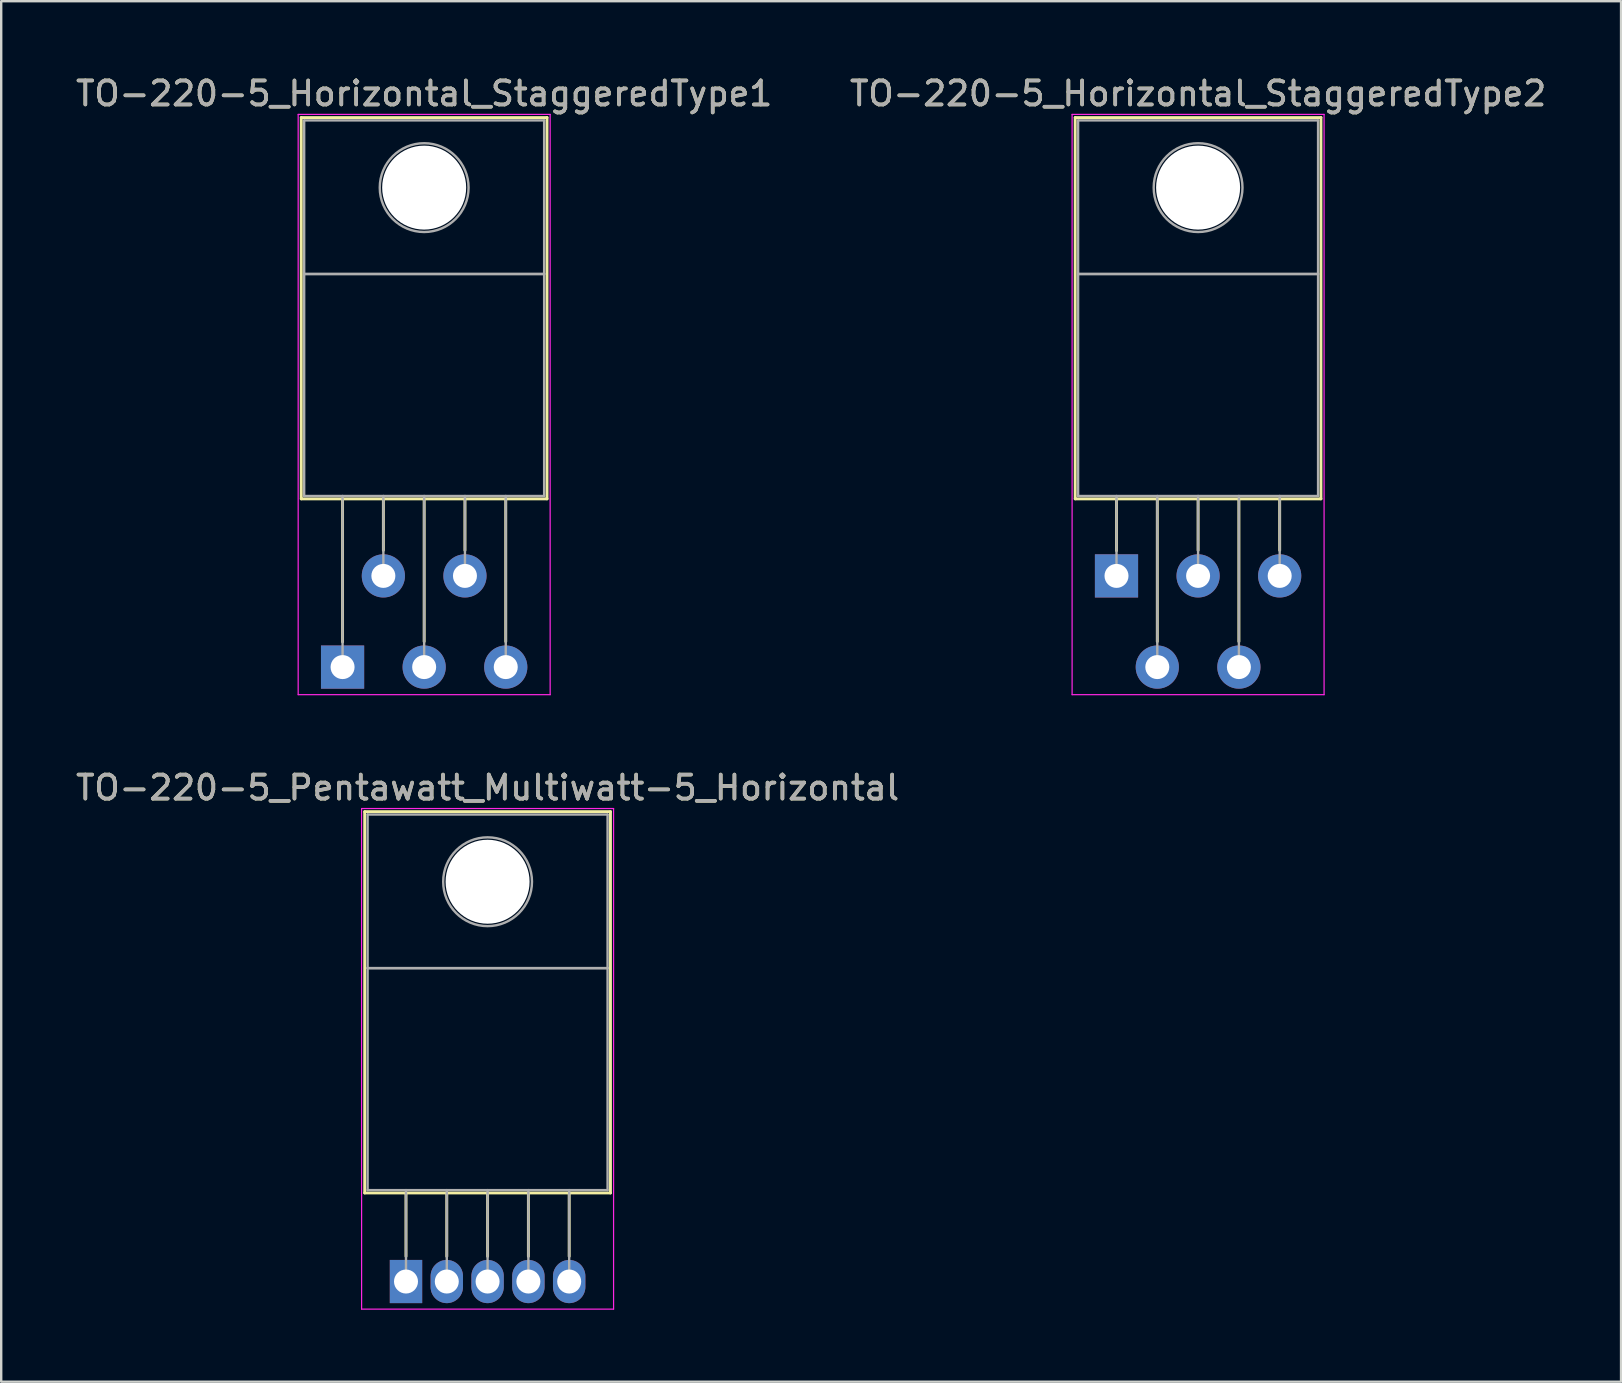
<source format=kicad_pcb>
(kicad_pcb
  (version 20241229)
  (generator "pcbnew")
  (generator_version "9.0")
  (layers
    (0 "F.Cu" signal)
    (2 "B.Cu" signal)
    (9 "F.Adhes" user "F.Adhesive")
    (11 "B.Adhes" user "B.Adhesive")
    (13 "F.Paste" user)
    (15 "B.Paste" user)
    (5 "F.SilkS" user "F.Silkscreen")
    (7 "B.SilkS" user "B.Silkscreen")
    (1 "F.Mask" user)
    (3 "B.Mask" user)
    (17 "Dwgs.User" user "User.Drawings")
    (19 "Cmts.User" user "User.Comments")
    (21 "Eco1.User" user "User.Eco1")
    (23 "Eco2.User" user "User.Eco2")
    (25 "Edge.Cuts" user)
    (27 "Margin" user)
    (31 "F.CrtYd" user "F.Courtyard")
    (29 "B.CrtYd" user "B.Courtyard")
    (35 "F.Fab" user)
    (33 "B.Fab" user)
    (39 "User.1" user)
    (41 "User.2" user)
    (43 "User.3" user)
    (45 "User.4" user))
  (footprint "TO-220-5_Pentawatt_Multiwatt-5_Horizontal"
    (layer "F.Cu")
    (at 13.868 50.352)
    (property "Reference" "TO-220-5_Pentawatt_Multiwatt-5_Horizontal" (at 3.4 -20.58 0) (layer "F.SilkS") (effects (font (size 1 1) (thickness 0.15))))
    (attr through_hole)
    (fp_line (start -1.721 -19.58) (end -1.721 -3.69) (stroke (width 0.12) (type solid)) (layer "F.SilkS"))
    (fp_line (start -1.721 -19.58) (end 8.52 -19.58) (stroke (width 0.12) (type solid)) (layer "F.SilkS"))
    (fp_line (start -1.721 -3.69) (end 8.52 -3.69) (stroke (width 0.12) (type solid)) (layer "F.SilkS"))
    (fp_line (start 0 -3.69) (end 0 -1.05) (stroke (width 0.12) (type solid)) (layer "F.SilkS"))
    (fp_line (start 1.7 -3.69) (end 1.7 -1.05) (stroke (width 0.12) (type solid)) (layer "F.SilkS"))
    (fp_line (start 3.4 -3.69) (end 3.4 -1.05) (stroke (width 0.12) (type solid)) (layer "F.SilkS"))
    (fp_line (start 5.1 -3.69) (end 5.1 -1.05) (stroke (width 0.12) (type solid)) (layer "F.SilkS"))
    (fp_line (start 6.8 -3.69) (end 6.8 -1.05) (stroke (width 0.12) (type solid)) (layer "F.SilkS"))
    (fp_line (start 8.52 -19.58) (end 8.52 -3.69) (stroke (width 0.12) (type solid)) (layer "F.SilkS"))
    (fp_line (start -1.85 -19.71) (end -1.85 1.15) (stroke (width 0.05) (type solid)) (layer "F.CrtYd"))
    (fp_line (start -1.85 1.15) (end 8.65 1.15) (stroke (width 0.05) (type solid)) (layer "F.CrtYd"))
    (fp_line (start 8.65 -19.71) (end -1.85 -19.71) (stroke (width 0.05) (type solid)) (layer "F.CrtYd"))
    (fp_line (start 8.65 1.15) (end 8.65 -19.71) (stroke (width 0.05) (type solid)) (layer "F.CrtYd"))
    (fp_line (start -1.6 -19.46) (end 8.4 -19.46) (stroke (width 0.1) (type solid)) (layer "F.Fab"))
    (fp_line (start -1.6 -13.06) (end -1.6 -19.46) (stroke (width 0.1) (type solid)) (layer "F.Fab"))
    (fp_line (start -1.6 -13.06) (end 8.4 -13.06) (stroke (width 0.1) (type solid)) (layer "F.Fab"))
    (fp_line (start -1.6 -3.81) (end -1.6 -13.06) (stroke (width 0.1) (type solid)) (layer "F.Fab"))
    (fp_line (start 0 -3.81) (end 0 0) (stroke (width 0.1) (type solid)) (layer "F.Fab"))
    (fp_line (start 1.7 -3.81) (end 1.7 0) (stroke (width 0.1) (type solid)) (layer "F.Fab"))
    (fp_line (start 3.4 -3.81) (end 3.4 0) (stroke (width 0.1) (type solid)) (layer "F.Fab"))
    (fp_line (start 5.1 -3.81) (end 5.1 0) (stroke (width 0.1) (type solid)) (layer "F.Fab"))
    (fp_line (start 6.8 -3.81) (end 6.8 0) (stroke (width 0.1) (type solid)) (layer "F.Fab"))
    (fp_line (start 8.4 -19.46) (end 8.4 -13.06) (stroke (width 0.1) (type solid)) (layer "F.Fab"))
    (fp_line (start 8.4 -13.06) (end -1.6 -13.06) (stroke (width 0.1) (type solid)) (layer "F.Fab"))
    (fp_line (start 8.4 -13.06) (end 8.4 -3.81) (stroke (width 0.1) (type solid)) (layer "F.Fab"))
    (fp_line (start 8.4 -3.81) (end -1.6 -3.81) (stroke (width 0.1) (type solid)) (layer "F.Fab"))
    (fp_circle (center 3.4 -16.66) (end 5.25 -16.66) (stroke (width 0.1) (type solid)) (fill no) (layer "F.Fab"))
    (fp_text user "${REFERENCE}" (at 3.4 -20.58 0) (layer "F.Fab") (effects (font (size 1 1) (thickness 0.15))))
    (pad "" np_thru_hole oval (at 3.4 -16.66) (size 3.5 3.5) (drill 3.5) (layers "*.Cu" "*.Mask"))
    (pad "1" thru_hole rect (at 0 0) (size 1.35 1.8) (drill 1) (layers "*.Cu" "*.Mask"))
    (pad "2" thru_hole oval (at 1.7 0) (size 1.35 1.8) (drill 1) (layers "*.Cu" "*.Mask"))
    (pad "3" thru_hole oval (at 3.4 0) (size 1.35 1.8) (drill 1) (layers "*.Cu" "*.Mask"))
    (pad "4" thru_hole oval (at 5.1 0) (size 1.35 1.8) (drill 1) (layers "*.Cu" "*.Mask"))
    (pad "5" thru_hole oval (at 6.8 0) (size 1.35 1.8) (drill 1) (layers "*.Cu" "*.Mask")))
  (footprint "TO-220-5_Horizontal_StaggeredType1"
    (layer "F.Cu")
    (at 11.225 24.748)
    (property "Reference" "TO-220-5_Horizontal_StaggeredType1" (at 3.4 -23.9 0) (layer "F.SilkS") (effects (font (size 1 1) (thickness 0.15))))
    (attr through_hole)
    (fp_line (start -1.721 -22.9) (end -1.721 -7.01) (stroke (width 0.12) (type solid)) (layer "F.SilkS"))
    (fp_line (start -1.721 -22.9) (end 8.52 -22.9) (stroke (width 0.12) (type solid)) (layer "F.SilkS"))
    (fp_line (start -1.721 -7.01) (end 8.52 -7.01) (stroke (width 0.12) (type solid)) (layer "F.SilkS"))
    (fp_line (start 0 -7.01) (end 0 -1.05) (stroke (width 0.12) (type solid)) (layer "F.SilkS"))
    (fp_line (start 1.7 -7.01) (end 1.7 -4.866) (stroke (width 0.12) (type solid)) (layer "F.SilkS"))
    (fp_line (start 3.4 -7.01) (end 3.4 -1.065) (stroke (width 0.12) (type solid)) (layer "F.SilkS"))
    (fp_line (start 5.1 -7.01) (end 5.1 -4.866) (stroke (width 0.12) (type solid)) (layer "F.SilkS"))
    (fp_line (start 6.8 -7.01) (end 6.8 -1.065) (stroke (width 0.12) (type solid)) (layer "F.SilkS"))
    (fp_line (start 8.52 -22.9) (end 8.52 -7.01) (stroke (width 0.12) (type solid)) (layer "F.SilkS"))
    (fp_line (start -1.85 -23.03) (end -1.85 1.15) (stroke (width 0.05) (type solid)) (layer "F.CrtYd"))
    (fp_line (start -1.85 1.15) (end 8.65 1.15) (stroke (width 0.05) (type solid)) (layer "F.CrtYd"))
    (fp_line (start 8.65 -23.03) (end -1.85 -23.03) (stroke (width 0.05) (type solid)) (layer "F.CrtYd"))
    (fp_line (start 8.65 1.15) (end 8.65 -23.03) (stroke (width 0.05) (type solid)) (layer "F.CrtYd"))
    (fp_line (start -1.6 -22.78) (end 8.4 -22.78) (stroke (width 0.1) (type solid)) (layer "F.Fab"))
    (fp_line (start -1.6 -16.38) (end -1.6 -22.78) (stroke (width 0.1) (type solid)) (layer "F.Fab"))
    (fp_line (start -1.6 -16.38) (end 8.4 -16.38) (stroke (width 0.1) (type solid)) (layer "F.Fab"))
    (fp_line (start -1.6 -7.13) (end -1.6 -16.38) (stroke (width 0.1) (type solid)) (layer "F.Fab"))
    (fp_line (start 0 -7.13) (end 0 0) (stroke (width 0.1) (type solid)) (layer "F.Fab"))
    (fp_line (start 1.7 -7.13) (end 1.7 -3.8) (stroke (width 0.1) (type solid)) (layer "F.Fab"))
    (fp_line (start 3.4 -7.13) (end 3.4 0) (stroke (width 0.1) (type solid)) (layer "F.Fab"))
    (fp_line (start 5.1 -7.13) (end 5.1 -3.8) (stroke (width 0.1) (type solid)) (layer "F.Fab"))
    (fp_line (start 6.8 -7.13) (end 6.8 0) (stroke (width 0.1) (type solid)) (layer "F.Fab"))
    (fp_line (start 8.4 -22.78) (end 8.4 -16.38) (stroke (width 0.1) (type solid)) (layer "F.Fab"))
    (fp_line (start 8.4 -16.38) (end -1.6 -16.38) (stroke (width 0.1) (type solid)) (layer "F.Fab"))
    (fp_line (start 8.4 -16.38) (end 8.4 -7.13) (stroke (width 0.1) (type solid)) (layer "F.Fab"))
    (fp_line (start 8.4 -7.13) (end -1.6 -7.13) (stroke (width 0.1) (type solid)) (layer "F.Fab"))
    (fp_circle (center 3.4 -19.98) (end 5.25 -19.98) (stroke (width 0.1) (type solid)) (fill no) (layer "F.Fab"))
    (fp_text user "${REFERENCE}" (at 3.4 -23.9 0) (layer "F.Fab") (effects (font (size 1 1) (thickness 0.15))))
    (pad "" np_thru_hole oval (at 3.4 -19.98) (size 3.5 3.5) (drill 3.5) (layers "*.Cu" "*.Mask"))
    (pad "1" thru_hole rect (at 0 0) (size 1.8 1.8) (drill 1) (layers "*.Cu" "*.Mask"))
    (pad "2" thru_hole oval (at 1.7 -3.8) (size 1.8 1.8) (drill 1) (layers "*.Cu" "*.Mask"))
    (pad "3" thru_hole oval (at 3.4 0) (size 1.8 1.8) (drill 1) (layers "*.Cu" "*.Mask"))
    (pad "4" thru_hole oval (at 5.1 -3.8) (size 1.8 1.8) (drill 1) (layers "*.Cu" "*.Mask"))
    (pad "5" thru_hole oval (at 6.8 0) (size 1.8 1.8) (drill 1) (layers "*.Cu" "*.Mask")))
  (footprint "TO-220-5_Horizontal_StaggeredType2"
    (layer "F.Cu")
    (at 43.475 20.948)
    (property "Reference" "TO-220-5_Horizontal_StaggeredType2" (at 3.4 -20.1 0) (layer "F.SilkS") (effects (font (size 1 1) (thickness 0.15))))
    (attr through_hole)
    (fp_line (start -1.721 -19.1) (end -1.721 -3.21) (stroke (width 0.12) (type solid)) (layer "F.SilkS"))
    (fp_line (start -1.721 -19.1) (end 8.52 -19.1) (stroke (width 0.12) (type solid)) (layer "F.SilkS"))
    (fp_line (start -1.721 -3.21) (end 8.52 -3.21) (stroke (width 0.12) (type solid)) (layer "F.SilkS"))
    (fp_line (start 0 -3.21) (end 0 -1.05) (stroke (width 0.12) (type solid)) (layer "F.SilkS"))
    (fp_line (start 1.7 -3.21) (end 1.7 2.735) (stroke (width 0.12) (type solid)) (layer "F.SilkS"))
    (fp_line (start 3.4 -3.21) (end 3.4 -1.066) (stroke (width 0.12) (type solid)) (layer "F.SilkS"))
    (fp_line (start 5.1 -3.21) (end 5.1 2.735) (stroke (width 0.12) (type solid)) (layer "F.SilkS"))
    (fp_line (start 6.8 -3.21) (end 6.8 -1.066) (stroke (width 0.12) (type solid)) (layer "F.SilkS"))
    (fp_line (start 8.52 -19.1) (end 8.52 -3.21) (stroke (width 0.12) (type solid)) (layer "F.SilkS"))
    (fp_line (start -1.85 -19.23) (end -1.85 4.95) (stroke (width 0.05) (type solid)) (layer "F.CrtYd"))
    (fp_line (start -1.85 4.95) (end 8.65 4.95) (stroke (width 0.05) (type solid)) (layer "F.CrtYd"))
    (fp_line (start 8.65 -19.23) (end -1.85 -19.23) (stroke (width 0.05) (type solid)) (layer "F.CrtYd"))
    (fp_line (start 8.65 4.95) (end 8.65 -19.23) (stroke (width 0.05) (type solid)) (layer "F.CrtYd"))
    (fp_line (start -1.6 -18.98) (end 8.4 -18.98) (stroke (width 0.1) (type solid)) (layer "F.Fab"))
    (fp_line (start -1.6 -12.58) (end -1.6 -18.98) (stroke (width 0.1) (type solid)) (layer "F.Fab"))
    (fp_line (start -1.6 -12.58) (end 8.4 -12.58) (stroke (width 0.1) (type solid)) (layer "F.Fab"))
    (fp_line (start -1.6 -3.33) (end -1.6 -12.58) (stroke (width 0.1) (type solid)) (layer "F.Fab"))
    (fp_line (start 0 -3.33) (end 0 0) (stroke (width 0.1) (type solid)) (layer "F.Fab"))
    (fp_line (start 1.7 -3.33) (end 1.7 3.8) (stroke (width 0.1) (type solid)) (layer "F.Fab"))
    (fp_line (start 3.4 -3.33) (end 3.4 0) (stroke (width 0.1) (type solid)) (layer "F.Fab"))
    (fp_line (start 5.1 -3.33) (end 5.1 3.8) (stroke (width 0.1) (type solid)) (layer "F.Fab"))
    (fp_line (start 6.8 -3.33) (end 6.8 0) (stroke (width 0.1) (type solid)) (layer "F.Fab"))
    (fp_line (start 8.4 -18.98) (end 8.4 -12.58) (stroke (width 0.1) (type solid)) (layer "F.Fab"))
    (fp_line (start 8.4 -12.58) (end -1.6 -12.58) (stroke (width 0.1) (type solid)) (layer "F.Fab"))
    (fp_line (start 8.4 -12.58) (end 8.4 -3.33) (stroke (width 0.1) (type solid)) (layer "F.Fab"))
    (fp_line (start 8.4 -3.33) (end -1.6 -3.33) (stroke (width 0.1) (type solid)) (layer "F.Fab"))
    (fp_circle (center 3.4 -16.18) (end 5.25 -16.18) (stroke (width 0.1) (type solid)) (fill no) (layer "F.Fab"))
    (fp_text user "${REFERENCE}" (at 3.4 -20.1 0) (layer "F.Fab") (effects (font (size 1 1) (thickness 0.15))))
    (pad "" np_thru_hole oval (at 3.4 -16.18) (size 3.5 3.5) (drill 3.5) (layers "*.Cu" "*.Mask"))
    (pad "1" thru_hole rect (at 0 0) (size 1.8 1.8) (drill 1) (layers "*.Cu" "*.Mask"))
    (pad "2" thru_hole oval (at 1.7 3.8) (size 1.8 1.8) (drill 1) (layers "*.Cu" "*.Mask"))
    (pad "3" thru_hole oval (at 3.4 0) (size 1.8 1.8) (drill 1) (layers "*.Cu" "*.Mask"))
    (pad "4" thru_hole oval (at 5.1 3.8) (size 1.8 1.8) (drill 1) (layers "*.Cu" "*.Mask"))
    (pad "5" thru_hole oval (at 6.8 0) (size 1.8 1.8) (drill 1) (layers "*.Cu" "*.Mask")))
  (gr_rect
    (start -3 -3)
    (end 64.5 54.526)
    (stroke (width 0.1) (type default))
    (fill no)
    (layer "Edge.Cuts")))
</source>
